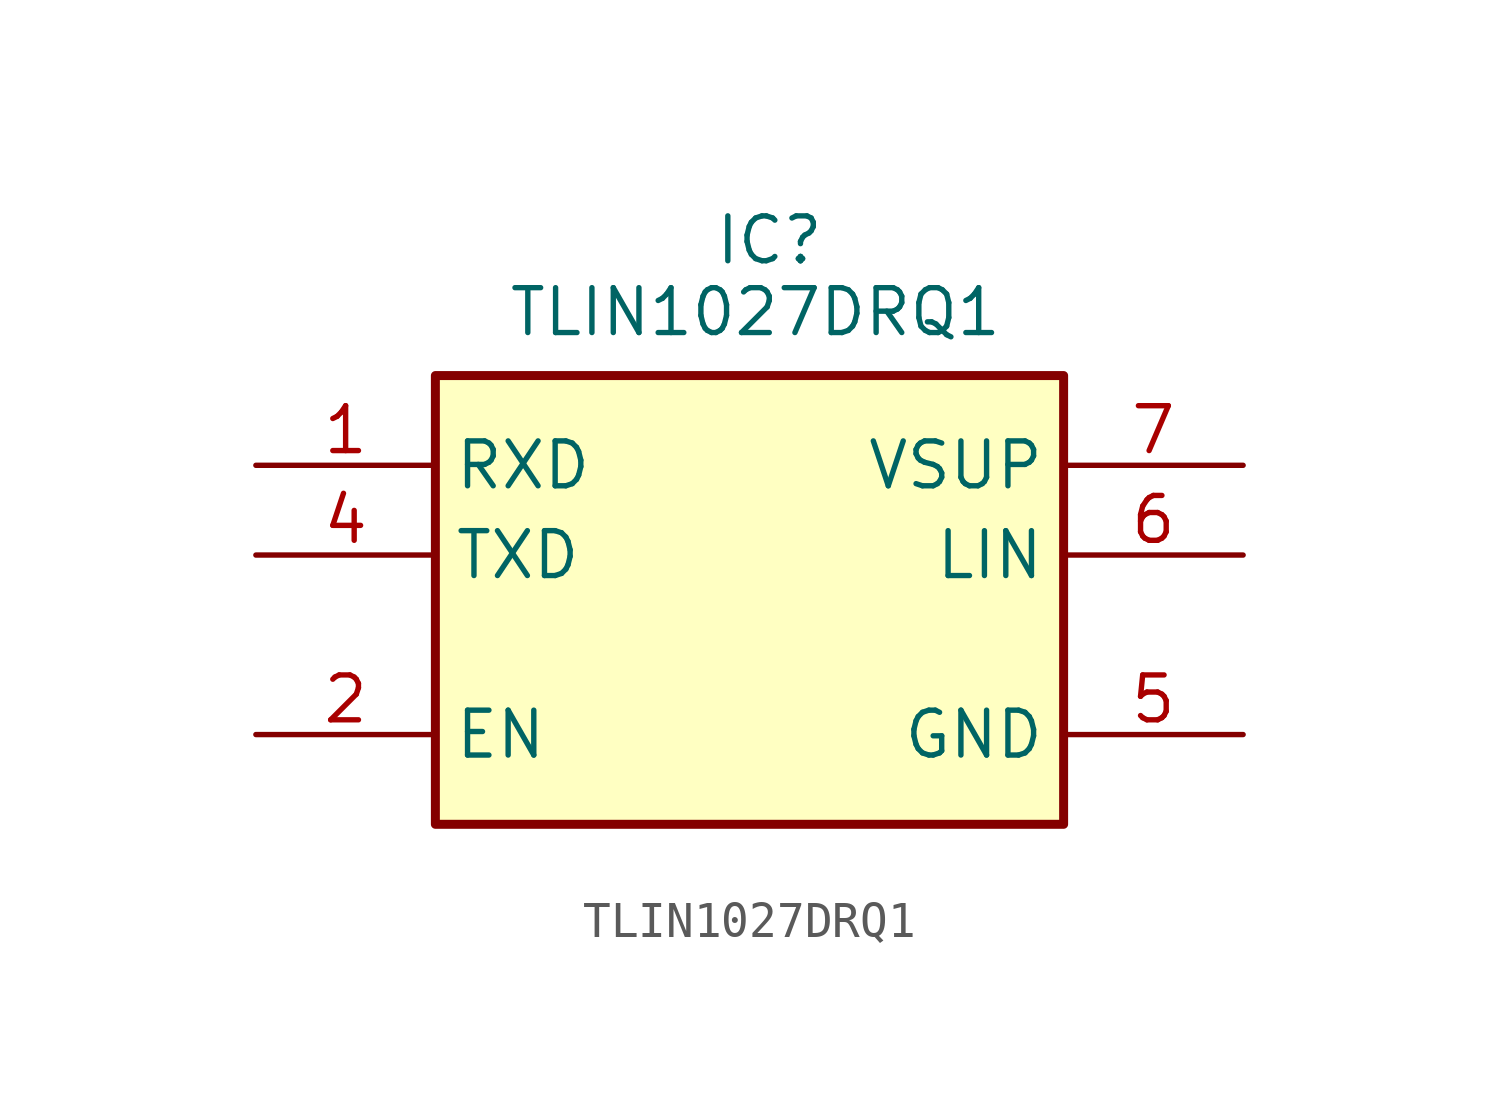
<source format=kicad_sym>
(kicad_symbol_lib
  (version 20231120)
  (generator "kicad_symbol_editor")
  (generator_version "8.0")
  (symbol "TLIN1027DRQ1"
    (property "Reference" "IC"
      (at 12.954 7.112 0)
      (effects (font (size 1.27 1.27)) (justify left top)))
    (property "Value" "TLIN1027DRQ1"
      (at 7.112 5.08 0)
      (effects (font (size 1.27 1.27)) (justify left top)))
    (symbol "TLIN1027DRQ1_1_1"
      (rectangle (start 5.08 2.54) (end 22.86 -10.16) (stroke (width 0.254) (type default)) (fill (type background)))
      (pin passive line (at 0 0 0) (length 5.08) (name "RXD" (effects (font (size 1.27 1.27)))) (number "1" (effects (font (size 1.27 1.27)))))
      (pin passive line (at 0 -7.62 0) (length 5.08) (name "EN" (effects (font (size 1.27 1.27)))) (number "2" (effects (font (size 1.27 1.27)))))
      (pin no_connect line (at 0 -5.08 0) (length 5.08) hide (name "NC_1" (effects (font (size 1.27 1.27)))) (number "3" (effects (font (size 1.27 1.27)))))
      (pin passive line (at 0 -2.54 0) (length 5.08) (name "TXD" (effects (font (size 1.27 1.27)))) (number "4" (effects (font (size 1.27 1.27)))))
      (pin passive line (at 27.94 -7.62 180) (length 5.08) (name "GND" (effects (font (size 1.27 1.27)))) (number "5" (effects (font (size 1.27 1.27)))))
      (pin passive line (at 27.94 -2.54 180) (length 5.08) (name "LIN" (effects (font (size 1.27 1.27)))) (number "6" (effects (font (size 1.27 1.27)))))
      (pin passive line (at 27.94 0 180) (length 5.08) (name "VSUP" (effects (font (size 1.27 1.27)))) (number "7" (effects (font (size 1.27 1.27)))))
      (pin no_connect line (at 27.94 -5.08 180) (length 5.08) hide (name "NC_2" (effects (font (size 1.27 1.27)))) (number "8" (effects (font (size 1.27 1.27))))))))
</source>
